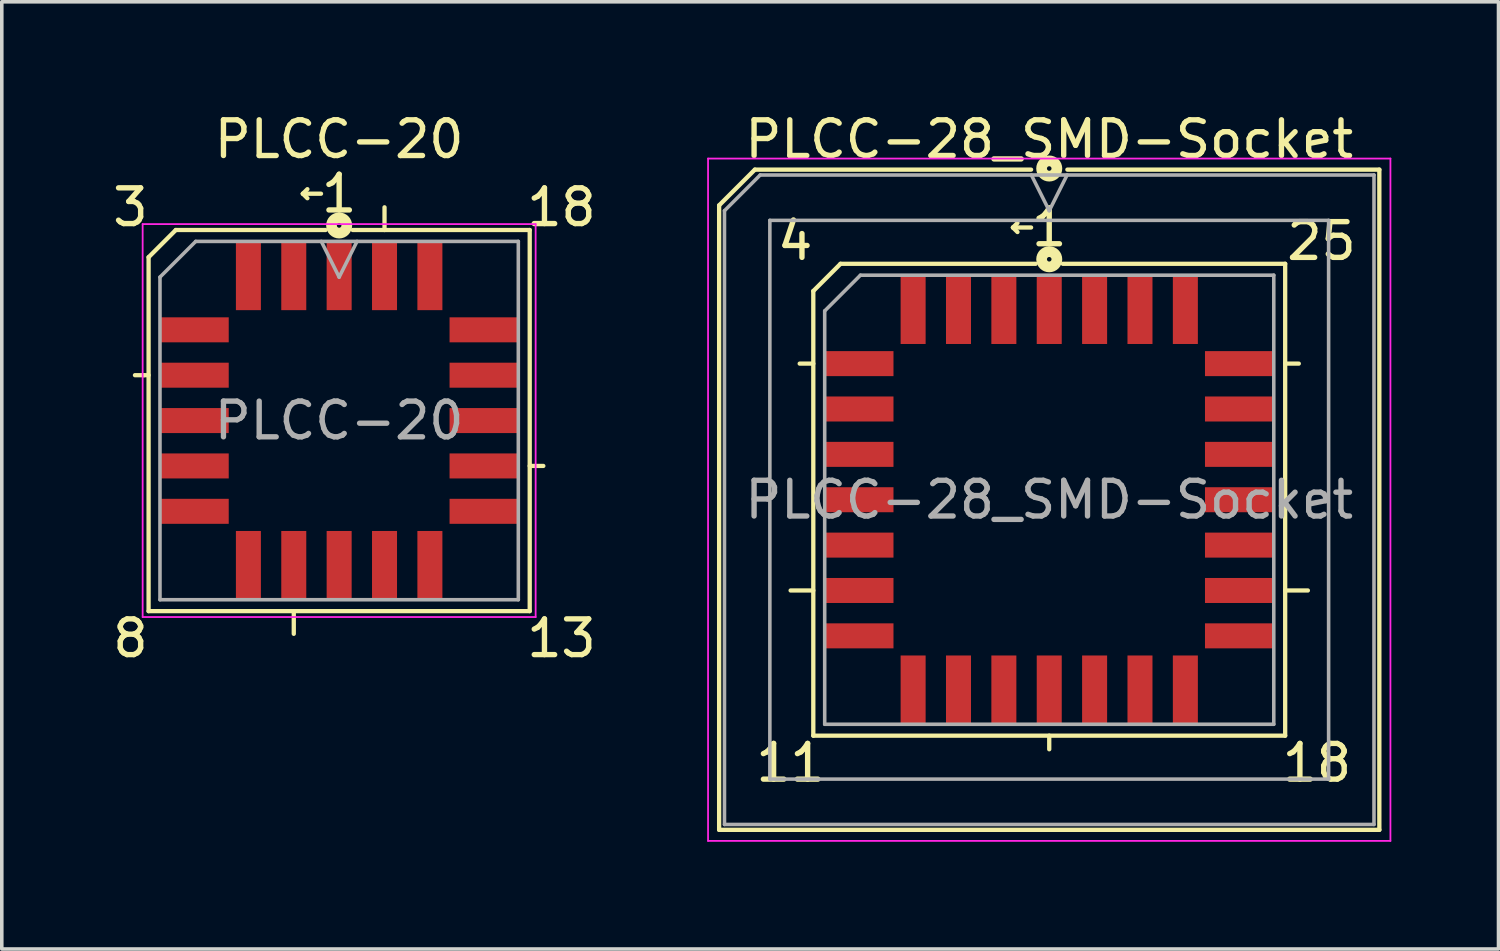
<source format=kicad_pcb>
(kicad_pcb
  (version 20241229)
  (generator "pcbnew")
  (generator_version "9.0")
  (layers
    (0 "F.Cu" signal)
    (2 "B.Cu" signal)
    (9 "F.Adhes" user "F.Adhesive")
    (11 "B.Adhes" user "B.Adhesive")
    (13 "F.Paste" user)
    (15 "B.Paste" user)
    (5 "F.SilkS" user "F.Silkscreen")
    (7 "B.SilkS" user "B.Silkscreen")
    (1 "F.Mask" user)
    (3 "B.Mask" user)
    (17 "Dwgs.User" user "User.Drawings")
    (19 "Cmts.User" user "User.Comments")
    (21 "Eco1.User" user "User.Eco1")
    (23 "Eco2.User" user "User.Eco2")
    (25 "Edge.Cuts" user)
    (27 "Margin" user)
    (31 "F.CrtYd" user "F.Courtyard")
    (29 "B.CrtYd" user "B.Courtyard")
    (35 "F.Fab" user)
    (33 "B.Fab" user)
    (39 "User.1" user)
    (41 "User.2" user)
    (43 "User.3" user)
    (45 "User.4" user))
  (footprint "PLCC-28_SMD-Socket"
    (layer "F.Cu")
    (at 26.319 10.938)
    (property "Reference" "PLCC-28_SMD-Socket" (at 0 -10.09 0) (layer "F.SilkS") (effects (font (size 1 1) (thickness 0.15))))
    (attr smd)
    (fp_line (start -9.24 -8.24) (end -9.24 9.24) (stroke (width 0.12) (type solid)) (layer "F.SilkS"))
    (fp_line (start -9.24 9.24) (end 9.24 9.24) (stroke (width 0.12) (type solid)) (layer "F.SilkS"))
    (fp_line (start -8.24 -9.24) (end -9.24 -8.24) (stroke (width 0.12) (type solid)) (layer "F.SilkS"))
    (fp_line (start -6.604 -5.842) (end -6.604 6.604) (stroke (width 0.12) (type solid)) (layer "F.SilkS"))
    (fp_line (start -6.604 -3.81) (end -6.985 -3.81) (stroke (width 0.12) (type solid)) (layer "F.SilkS"))
    (fp_line (start -6.604 2.54) (end -7.239 2.54) (stroke (width 0.12) (type solid)) (layer "F.SilkS"))
    (fp_line (start -6.604 6.604) (end 6.604 6.604) (stroke (width 0.12) (type solid)) (layer "F.SilkS"))
    (fp_line (start -5.842 -6.604) (end -6.604 -5.842) (stroke (width 0.12) (type solid)) (layer "F.SilkS"))
    (fp_line (start -1.016 -7.62) (end -0.889 -7.747) (stroke (width 0.12) (type solid)) (layer "F.SilkS"))
    (fp_line (start -1.016 -7.62) (end -0.889 -7.493) (stroke (width 0.12) (type solid)) (layer "F.SilkS"))
    (fp_line (start -0.508 -9.24) (end -8.24 -9.24) (stroke (width 0.12) (type solid)) (layer "F.SilkS"))
    (fp_line (start -0.508 -7.62) (end -1.016 -7.62) (stroke (width 0.12) (type solid)) (layer "F.SilkS"))
    (fp_line (start -0.381 -6.604) (end -5.842 -6.604) (stroke (width 0.12) (type solid)) (layer "F.SilkS"))
    (fp_line (start 0 6.604) (end 0 6.985) (stroke (width 0.12) (type solid)) (layer "F.SilkS"))
    (fp_line (start 6.604 -6.604) (end 0.381 -6.604) (stroke (width 0.12) (type solid)) (layer "F.SilkS"))
    (fp_line (start 6.604 -3.81) (end 6.985 -3.81) (stroke (width 0.12) (type solid)) (layer "F.SilkS"))
    (fp_line (start 6.604 2.54) (end 7.239 2.54) (stroke (width 0.12) (type solid)) (layer "F.SilkS"))
    (fp_line (start 6.604 6.604) (end 6.604 -6.604) (stroke (width 0.12) (type solid)) (layer "F.SilkS"))
    (fp_line (start 9.24 -9.24) (end 0.508 -9.24) (stroke (width 0.12) (type solid)) (layer "F.SilkS"))
    (fp_line (start 9.24 9.24) (end 9.24 -9.24) (stroke (width 0.12) (type solid)) (layer "F.SilkS"))
    (fp_circle (center 0 -9.271) (end 0.064 -9.271) (stroke (width 0.3) (type solid)) (fill no) (layer "F.SilkS"))
    (fp_circle (center 0 -6.731) (end 0.064 -6.731) (stroke (width 0.3) (type solid)) (fill no) (layer "F.SilkS"))
    (fp_line (start -9.55 -9.55) (end -9.55 9.55) (stroke (width 0.05) (type solid)) (layer "F.CrtYd"))
    (fp_line (start -9.55 9.55) (end 9.55 9.55) (stroke (width 0.05) (type solid)) (layer "F.CrtYd"))
    (fp_line (start 9.55 -9.55) (end -9.55 -9.55) (stroke (width 0.05) (type solid)) (layer "F.CrtYd"))
    (fp_line (start 9.55 9.55) (end 9.55 -9.55) (stroke (width 0.05) (type solid)) (layer "F.CrtYd"))
    (fp_line (start -9.09 -8.09) (end -9.09 9.09) (stroke (width 0.1) (type solid)) (layer "F.Fab"))
    (fp_line (start -9.09 9.09) (end 9.09 9.09) (stroke (width 0.1) (type solid)) (layer "F.Fab"))
    (fp_line (start -8.09 -9.09) (end -9.09 -8.09) (stroke (width 0.1) (type solid)) (layer "F.Fab"))
    (fp_line (start -7.82 -7.82) (end -7.82 7.82) (stroke (width 0.1) (type solid)) (layer "F.Fab"))
    (fp_line (start -7.82 7.82) (end 7.82 7.82) (stroke (width 0.1) (type solid)) (layer "F.Fab"))
    (fp_line (start -6.285 -5.285) (end -6.285 6.285) (stroke (width 0.1) (type solid)) (layer "F.Fab"))
    (fp_line (start -6.285 6.285) (end 6.285 6.285) (stroke (width 0.1) (type solid)) (layer "F.Fab"))
    (fp_line (start -5.285 -6.285) (end -6.285 -5.285) (stroke (width 0.1) (type solid)) (layer "F.Fab"))
    (fp_line (start -0.5 -9.09) (end 0 -8.09) (stroke (width 0.1) (type solid)) (layer "F.Fab"))
    (fp_line (start 0 -8.09) (end 0.5 -9.09) (stroke (width 0.1) (type solid)) (layer "F.Fab"))
    (fp_line (start 6.285 -6.285) (end -5.285 -6.285) (stroke (width 0.1) (type solid)) (layer "F.Fab"))
    (fp_line (start 6.285 6.285) (end 6.285 -6.285) (stroke (width 0.1) (type solid)) (layer "F.Fab"))
    (fp_line (start 7.82 -7.82) (end -7.82 -7.82) (stroke (width 0.1) (type solid)) (layer "F.Fab"))
    (fp_line (start 7.82 7.82) (end 7.82 -7.82) (stroke (width 0.1) (type solid)) (layer "F.Fab"))
    (fp_line (start 9.09 -9.09) (end -8.09 -9.09) (stroke (width 0.1) (type solid)) (layer "F.Fab"))
    (fp_line (start 9.09 9.09) (end 9.09 -9.09) (stroke (width 0.1) (type solid)) (layer "F.Fab"))
    (fp_text user "11" (at -7.239 7.366 0) (unlocked yes) (layer "F.SilkS") (effects (font (size 1 1) (thickness 0.15))))
    (fp_text user "1" (at 0 -7.62 0) (unlocked yes) (layer "F.SilkS") (effects (font (size 1 1) (thickness 0.15))))
    (fp_text user "18" (at 7.493 7.366 0) (unlocked yes) (layer "F.SilkS") (effects (font (size 1 1) (thickness 0.15))))
    (fp_text user "4" (at -7.112 -7.239 0) (unlocked yes) (layer "F.SilkS") (effects (font (size 1 1) (thickness 0.15))))
    (fp_text user "25" (at 7.62 -7.239 0) (unlocked yes) (layer "F.SilkS") (effects (font (size 1 1) (thickness 0.15))))
    (fp_text user "${REFERENCE}" (at 0 0 0) (layer "F.Fab") (effects (font (size 1 1) (thickness 0.15))))
    (pad "1" smd rect (at 0 -5.322) (size 0.7 1.925) (layers "F.Cu" "F.Mask" "F.Paste"))
    (pad "2" smd rect (at -1.27 -5.322) (size 0.7 1.925) (layers "F.Cu" "F.Mask" "F.Paste"))
    (pad "3" smd rect (at -2.54 -5.322) (size 0.7 1.925) (layers "F.Cu" "F.Mask" "F.Paste"))
    (pad "4" smd rect (at -3.81 -5.322) (size 0.7 1.925) (layers "F.Cu" "F.Mask" "F.Paste"))
    (pad "5" smd rect (at -5.322 -3.81) (size 1.925 0.7) (layers "F.Cu" "F.Mask" "F.Paste"))
    (pad "6" smd rect (at -5.322 -2.54) (size 1.925 0.7) (layers "F.Cu" "F.Mask" "F.Paste"))
    (pad "7" smd rect (at -5.322 -1.27) (size 1.925 0.7) (layers "F.Cu" "F.Mask" "F.Paste"))
    (pad "8" smd rect (at -5.322 0) (size 1.925 0.7) (layers "F.Cu" "F.Mask" "F.Paste"))
    (pad "9" smd rect (at -5.322 1.27) (size 1.925 0.7) (layers "F.Cu" "F.Mask" "F.Paste"))
    (pad "10" smd rect (at -5.322 2.54) (size 1.925 0.7) (layers "F.Cu" "F.Mask" "F.Paste"))
    (pad "11" smd rect (at -5.322 3.81) (size 1.925 0.7) (layers "F.Cu" "F.Mask" "F.Paste"))
    (pad "12" smd rect (at -3.81 5.322) (size 0.7 1.925) (layers "F.Cu" "F.Mask" "F.Paste"))
    (pad "13" smd rect (at -2.54 5.322) (size 0.7 1.925) (layers "F.Cu" "F.Mask" "F.Paste"))
    (pad "14" smd rect (at -1.27 5.322) (size 0.7 1.925) (layers "F.Cu" "F.Mask" "F.Paste"))
    (pad "15" smd rect (at 0 5.322) (size 0.7 1.925) (layers "F.Cu" "F.Mask" "F.Paste"))
    (pad "16" smd rect (at 1.27 5.322) (size 0.7 1.925) (layers "F.Cu" "F.Mask" "F.Paste"))
    (pad "17" smd rect (at 2.54 5.322) (size 0.7 1.925) (layers "F.Cu" "F.Mask" "F.Paste"))
    (pad "18" smd rect (at 3.81 5.322) (size 0.7 1.925) (layers "F.Cu" "F.Mask" "F.Paste"))
    (pad "19" smd rect (at 5.322 3.81) (size 1.925 0.7) (layers "F.Cu" "F.Mask" "F.Paste"))
    (pad "20" smd rect (at 5.322 2.54) (size 1.925 0.7) (layers "F.Cu" "F.Mask" "F.Paste"))
    (pad "21" smd rect (at 5.322 1.27) (size 1.925 0.7) (layers "F.Cu" "F.Mask" "F.Paste"))
    (pad "22" smd rect (at 5.322 0) (size 1.925 0.7) (layers "F.Cu" "F.Mask" "F.Paste"))
    (pad "23" smd rect (at 5.322 -1.27) (size 1.925 0.7) (layers "F.Cu" "F.Mask" "F.Paste"))
    (pad "24" smd rect (at 5.322 -2.54) (size 1.925 0.7) (layers "F.Cu" "F.Mask" "F.Paste"))
    (pad "25" smd rect (at 5.322 -3.81) (size 1.925 0.7) (layers "F.Cu" "F.Mask" "F.Paste"))
    (pad "26" smd rect (at 3.81 -5.322) (size 0.7 1.925) (layers "F.Cu" "F.Mask" "F.Paste"))
    (pad "27" smd rect (at 2.54 -5.322) (size 0.7 1.925) (layers "F.Cu" "F.Mask" "F.Paste"))
    (pad "28" smd rect (at 1.27 -5.322) (size 0.7 1.925) (layers "F.Cu" "F.Mask" "F.Paste")))
  (footprint "PLCC-20"
    (layer "F.Cu")
    (at 6.443 8.722)
    (property "Reference" "PLCC-20" (at 0 -7.874 0) (layer "F.SilkS") (effects (font (size 1 1) (thickness 0.15))))
    (attr smd)
    (fp_line (start -5.461 -1.27) (end -5.715 -1.27) (stroke (width 0.12) (type solid)) (layer "F.SilkS"))
    (fp_line (start -5.334 -4.572) (end -5.334 5.334) (stroke (width 0.12) (type solid)) (layer "F.SilkS"))
    (fp_line (start -5.334 -1.27) (end -5.461 -1.27) (stroke (width 0.12) (type solid)) (layer "F.SilkS"))
    (fp_line (start -5.334 5.334) (end 5.334 5.334) (stroke (width 0.12) (type solid)) (layer "F.SilkS"))
    (fp_line (start -4.572 -5.334) (end -5.334 -4.572) (stroke (width 0.12) (type solid)) (layer "F.SilkS"))
    (fp_line (start -1.27 5.334) (end -1.27 5.969) (stroke (width 0.12) (type solid)) (layer "F.SilkS"))
    (fp_line (start -1.016 -6.35) (end -0.889 -6.477) (stroke (width 0.12) (type solid)) (layer "F.SilkS"))
    (fp_line (start -1.016 -6.35) (end -0.889 -6.223) (stroke (width 0.12) (type solid)) (layer "F.SilkS"))
    (fp_line (start -0.508 -6.35) (end -1.016 -6.35) (stroke (width 0.12) (type solid)) (layer "F.SilkS"))
    (fp_line (start -0.381 -5.334) (end -4.572 -5.334) (stroke (width 0.12) (type solid)) (layer "F.SilkS"))
    (fp_line (start 1.27 -5.334) (end 1.27 -5.969) (stroke (width 0.12) (type solid)) (layer "F.SilkS"))
    (fp_line (start 5.334 -5.334) (end 0.381 -5.334) (stroke (width 0.12) (type solid)) (layer "F.SilkS"))
    (fp_line (start 5.334 1.27) (end 5.715 1.27) (stroke (width 0.12) (type solid)) (layer "F.SilkS"))
    (fp_line (start 5.334 5.334) (end 5.334 -5.334) (stroke (width 0.12) (type solid)) (layer "F.SilkS"))
    (fp_circle (center 0 -5.461) (end 0.064 -5.461) (stroke (width 0.3) (type solid)) (fill no) (layer "F.SilkS"))
    (fp_line (start -5.5 -5.5) (end -5.5 5.5) (stroke (width 0.05) (type solid)) (layer "F.CrtYd"))
    (fp_line (start -5.5 5.5) (end 5.5 5.5) (stroke (width 0.05) (type solid)) (layer "F.CrtYd"))
    (fp_line (start 5.5 -5.5) (end -5.5 -5.5) (stroke (width 0.05) (type solid)) (layer "F.CrtYd"))
    (fp_line (start 5.5 5.5) (end 5.5 -5.5) (stroke (width 0.05) (type solid)) (layer "F.CrtYd"))
    (fp_line (start -5.015 -4.015) (end -5.015 5.015) (stroke (width 0.1) (type solid)) (layer "F.Fab"))
    (fp_line (start -5.015 5.015) (end 5.015 5.015) (stroke (width 0.1) (type solid)) (layer "F.Fab"))
    (fp_line (start -4.015 -5.015) (end -5.015 -4.015) (stroke (width 0.1) (type solid)) (layer "F.Fab"))
    (fp_line (start -0.5 -5.015) (end 0 -4.015) (stroke (width 0.1) (type solid)) (layer "F.Fab"))
    (fp_line (start 0 -4.015) (end 0.5 -5.015) (stroke (width 0.1) (type solid)) (layer "F.Fab"))
    (fp_line (start 5.015 -5.015) (end -4.015 -5.015) (stroke (width 0.1) (type solid)) (layer "F.Fab"))
    (fp_line (start 5.015 5.015) (end 5.015 -5.015) (stroke (width 0.1) (type solid)) (layer "F.Fab"))
    (fp_text user "13" (at 6.223 6.096 0) (unlocked yes) (layer "F.SilkS") (effects (font (size 1 1) (thickness 0.15))))
    (fp_text user "8" (at -5.842 6.096 0) (unlocked yes) (layer "F.SilkS") (effects (font (size 1 1) (thickness 0.15))))
    (fp_text user "3" (at -5.842 -5.969 0) (unlocked yes) (layer "F.SilkS") (effects (font (size 1 1) (thickness 0.15))))
    (fp_text user "18" (at 6.223 -5.969 0) (unlocked yes) (layer "F.SilkS") (effects (font (size 1 1) (thickness 0.15))))
    (fp_text user "1" (at 0 -6.35 0) (unlocked yes) (layer "F.SilkS") (effects (font (size 1 1) (thickness 0.15))))
    (fp_text user "${REFERENCE}" (at 0 0 0) (layer "F.Fab") (effects (font (size 1 1) (thickness 0.15))))
    (pad "1" smd rect (at 0 -4.053) (size 0.7 1.925) (layers "F.Cu" "F.Mask" "F.Paste"))
    (pad "2" smd rect (at -1.27 -4.053) (size 0.7 1.925) (layers "F.Cu" "F.Mask" "F.Paste"))
    (pad "3" smd rect (at -2.54 -4.053) (size 0.7 1.925) (layers "F.Cu" "F.Mask" "F.Paste"))
    (pad "4" smd rect (at -4.053 -2.54) (size 1.925 0.7) (layers "F.Cu" "F.Mask" "F.Paste"))
    (pad "5" smd rect (at -4.053 -1.27) (size 1.925 0.7) (layers "F.Cu" "F.Mask" "F.Paste"))
    (pad "6" smd rect (at -4.053 0) (size 1.925 0.7) (layers "F.Cu" "F.Mask" "F.Paste"))
    (pad "7" smd rect (at -4.053 1.27) (size 1.925 0.7) (layers "F.Cu" "F.Mask" "F.Paste"))
    (pad "8" smd rect (at -4.053 2.54) (size 1.925 0.7) (layers "F.Cu" "F.Mask" "F.Paste"))
    (pad "9" smd rect (at -2.54 4.053) (size 0.7 1.925) (layers "F.Cu" "F.Mask" "F.Paste"))
    (pad "10" smd rect (at -1.27 4.053) (size 0.7 1.925) (layers "F.Cu" "F.Mask" "F.Paste"))
    (pad "11" smd rect (at 0 4.053) (size 0.7 1.925) (layers "F.Cu" "F.Mask" "F.Paste"))
    (pad "12" smd rect (at 1.27 4.053) (size 0.7 1.925) (layers "F.Cu" "F.Mask" "F.Paste"))
    (pad "13" smd rect (at 2.54 4.053) (size 0.7 1.925) (layers "F.Cu" "F.Mask" "F.Paste"))
    (pad "14" smd rect (at 4.053 2.54) (size 1.925 0.7) (layers "F.Cu" "F.Mask" "F.Paste"))
    (pad "15" smd rect (at 4.053 1.27) (size 1.925 0.7) (layers "F.Cu" "F.Mask" "F.Paste"))
    (pad "16" smd rect (at 4.053 0) (size 1.925 0.7) (layers "F.Cu" "F.Mask" "F.Paste"))
    (pad "17" smd rect (at 4.053 -1.27) (size 1.925 0.7) (layers "F.Cu" "F.Mask" "F.Paste"))
    (pad "18" smd rect (at 4.053 -2.54) (size 1.925 0.7) (layers "F.Cu" "F.Mask" "F.Paste"))
    (pad "19" smd rect (at 2.54 -4.053) (size 0.7 1.925) (layers "F.Cu" "F.Mask" "F.Paste"))
    (pad "20" smd rect (at 1.27 -4.053) (size 0.7 1.925) (layers "F.Cu" "F.Mask" "F.Paste")))
  (gr_rect
    (start -3 -3)
    (end 38.894 23.513)
    (stroke (width 0.1) (type default))
    (fill no)
    (layer "Edge.Cuts")))
</source>
